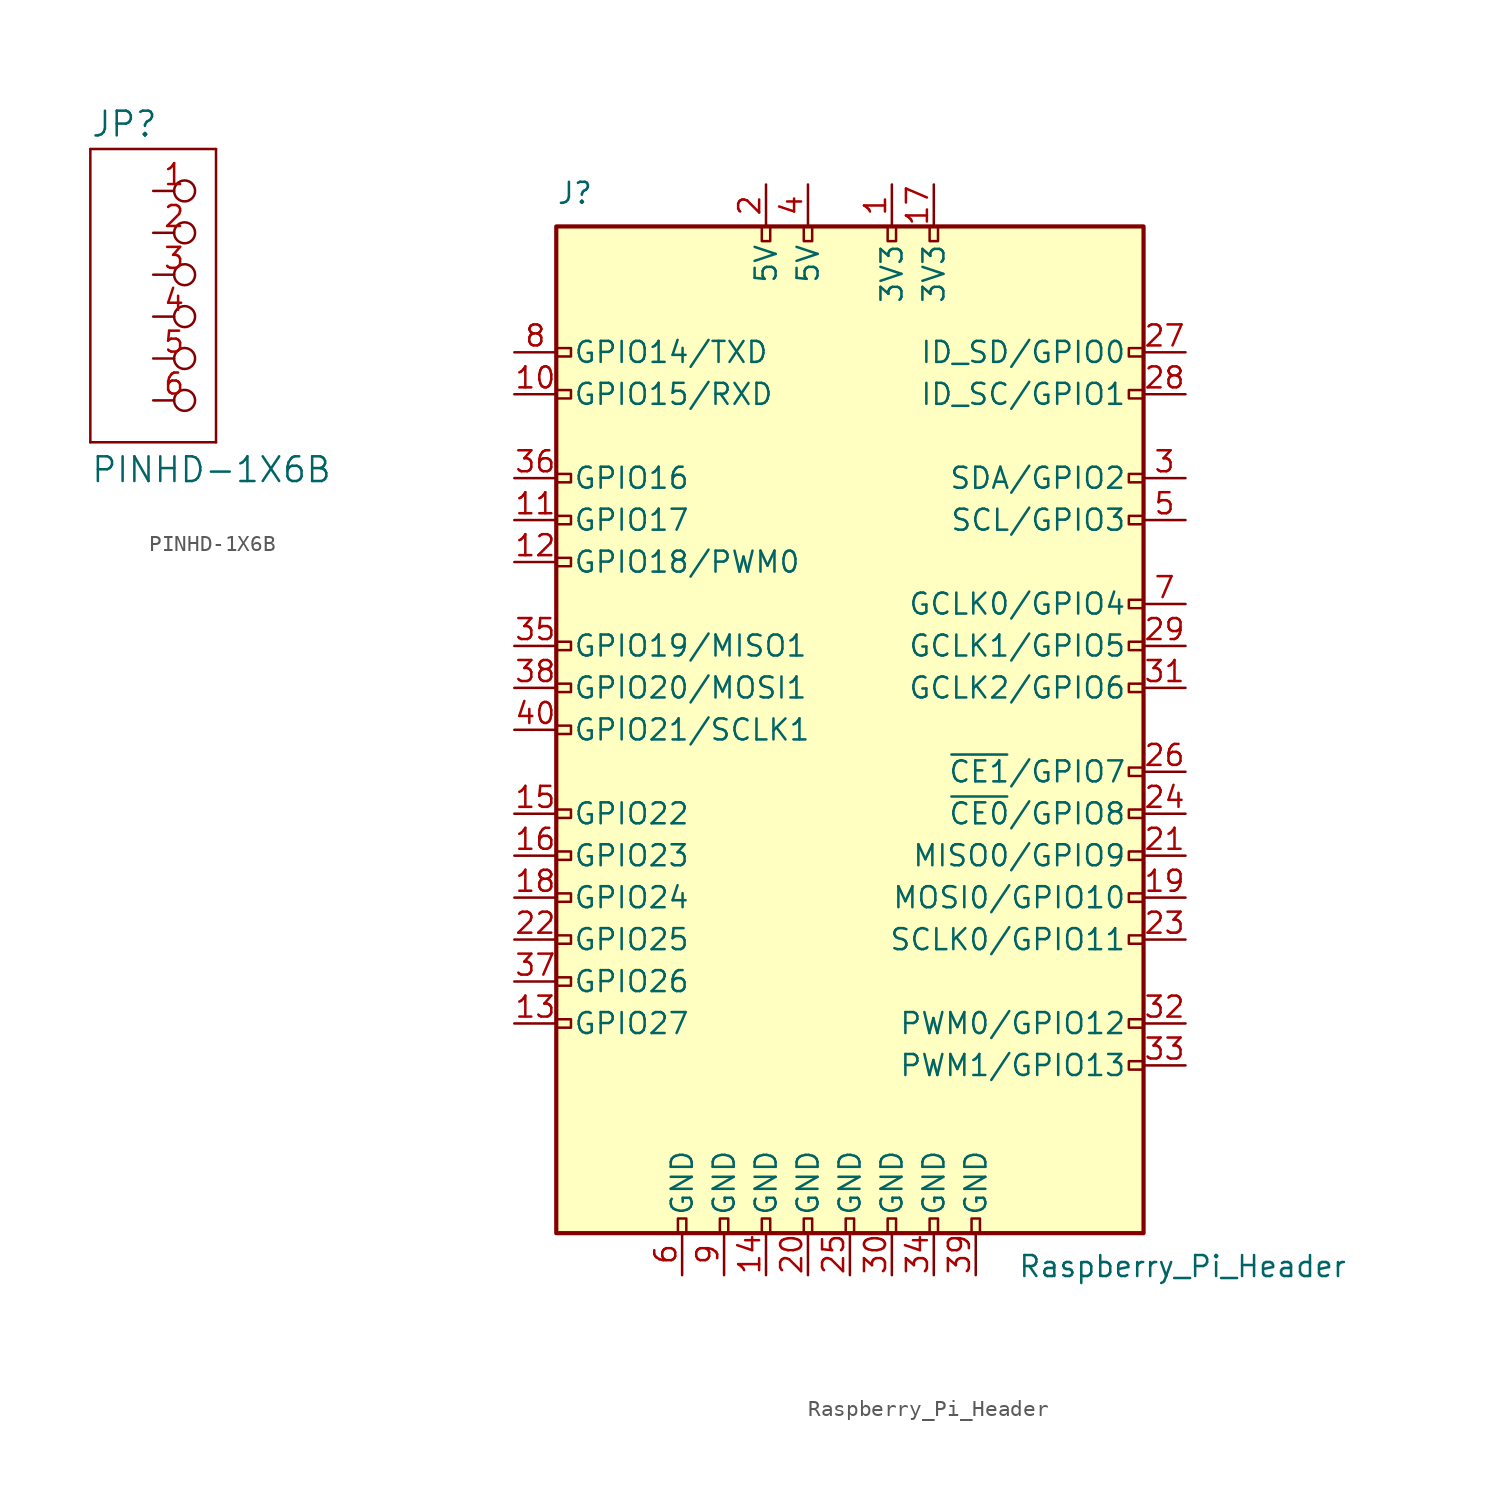
<source format=kicad_sym>
(kicad_symbol_lib
  (version 20220914)
  (generator kicad_symbol_editor)
  (symbol "PINHD-1X6B"
    (pin_names
      (offset 1.016))
    (property "Reference" "JP"
      (at -6.35 10.795 0)
      (effects (font (size 1.499 1.499)) (justify left bottom)))
    (property "Value" "PINHD-1X6B"
      (at -6.35 -10.16 0)
      (effects (font (size 1.499 1.499)) (justify left bottom)))
    (property "ki_locked" ""
      (at 0 0 0)
      (effects (font (size 1.27 1.27))))
    (symbol "PINHD-1X6B_1_0"
      (polyline (pts (xy -6.35 -7.62) (xy 1.27 -7.62)) (stroke (width 0) (type solid)) (fill (type none)))
      (polyline (pts (xy -6.35 10.16) (xy -6.35 -7.62)) (stroke (width 0) (type solid)) (fill (type none)))
      (polyline (pts (xy 1.27 -7.62) (xy 1.27 10.16)) (stroke (width 0) (type solid)) (fill (type none)))
      (polyline (pts (xy 1.27 10.16) (xy -6.35 10.16)) (stroke (width 0) (type solid)) (fill (type none)))
      (pin passive inverted (at -2.54 7.62 0) (length 2.54) (name "1" (effects (font (size 0 0)))) (number "1" (effects (font (size 1.27 1.27)))))
      (pin passive inverted (at -2.54 5.08 0) (length 2.54) (name "2" (effects (font (size 0 0)))) (number "2" (effects (font (size 1.27 1.27)))))
      (pin passive inverted (at -2.54 2.54 0) (length 2.54) (name "3" (effects (font (size 0 0)))) (number "3" (effects (font (size 1.27 1.27)))))
      (pin passive inverted (at -2.54 0 0) (length 2.54) (name "4" (effects (font (size 0 0)))) (number "4" (effects (font (size 1.27 1.27)))))
      (pin passive inverted (at -2.54 -2.54 0) (length 2.54) (name "5" (effects (font (size 0 0)))) (number "5" (effects (font (size 1.27 1.27)))))
      (pin passive inverted (at -2.54 -5.08 0) (length 2.54) (name "6" (effects (font (size 0 0)))) (number "6" (effects (font (size 1.27 1.27)))))))
  (symbol "Raspberry_Pi_Header"
    (pin_names
      (offset 1.016))
    (property "Reference" "J"
      (at -17.78 31.75 0)
      (effects (font (size 1.27 1.27)) (justify left bottom)))
    (property "Value" "Raspberry_Pi_Header"
      (at 10.16 -31.75 0)
      (effects (font (size 1.27 1.27)) (justify left top)))
    (symbol "Raspberry_Pi_Header_0_1"
      (rectangle (start -17.78 30.48) (end 17.78 -30.48) (stroke (width 0.254) (type default)) (fill (type background))))
    (symbol "Raspberry_Pi_Header_1_1"
      (rectangle (start -16.891 -17.526) (end -17.78 -18.034) (stroke (width 0) (type default)) (fill (type none)))
      (rectangle (start -16.891 -14.986) (end -17.78 -15.494) (stroke (width 0) (type default)) (fill (type none)))
      (rectangle (start -16.891 -12.446) (end -17.78 -12.954) (stroke (width 0) (type default)) (fill (type none)))
      (rectangle (start -16.891 -9.906) (end -17.78 -10.414) (stroke (width 0) (type default)) (fill (type none)))
      (rectangle (start -16.891 -7.366) (end -17.78 -7.874) (stroke (width 0) (type default)) (fill (type none)))
      (rectangle (start -16.891 -4.826) (end -17.78 -5.334) (stroke (width 0) (type default)) (fill (type none)))
      (rectangle (start -16.891 0.254) (end -17.78 -0.254) (stroke (width 0) (type default)) (fill (type none)))
      (rectangle (start -16.891 2.794) (end -17.78 2.286) (stroke (width 0) (type default)) (fill (type none)))
      (rectangle (start -16.891 5.334) (end -17.78 4.826) (stroke (width 0) (type default)) (fill (type none)))
      (rectangle (start -16.891 10.414) (end -17.78 9.906) (stroke (width 0) (type default)) (fill (type none)))
      (rectangle (start -16.891 12.954) (end -17.78 12.446) (stroke (width 0) (type default)) (fill (type none)))
      (rectangle (start -16.891 15.494) (end -17.78 14.986) (stroke (width 0) (type default)) (fill (type none)))
      (rectangle (start -16.891 20.574) (end -17.78 20.066) (stroke (width 0) (type default)) (fill (type none)))
      (rectangle (start -16.891 23.114) (end -17.78 22.606) (stroke (width 0) (type default)) (fill (type none)))
      (rectangle (start -10.414 -29.591) (end -9.906 -30.48) (stroke (width 0) (type default)) (fill (type none)))
      (rectangle (start -7.874 -29.591) (end -7.366 -30.48) (stroke (width 0) (type default)) (fill (type none)))
      (rectangle (start -5.334 -29.591) (end -4.826 -30.48) (stroke (width 0) (type default)) (fill (type none)))
      (rectangle (start -5.334 30.48) (end -4.826 29.591) (stroke (width 0) (type default)) (fill (type none)))
      (rectangle (start -2.794 -29.591) (end -2.286 -30.48) (stroke (width 0) (type default)) (fill (type none)))
      (rectangle (start -2.794 30.48) (end -2.286 29.591) (stroke (width 0) (type default)) (fill (type none)))
      (rectangle (start -0.254 -29.591) (end 0.254 -30.48) (stroke (width 0) (type default)) (fill (type none)))
      (rectangle (start 2.286 -29.591) (end 2.794 -30.48) (stroke (width 0) (type default)) (fill (type none)))
      (rectangle (start 2.286 30.48) (end 2.794 29.591) (stroke (width 0) (type default)) (fill (type none)))
      (rectangle (start 4.826 -29.591) (end 5.334 -30.48) (stroke (width 0) (type default)) (fill (type none)))
      (rectangle (start 4.826 30.48) (end 5.334 29.591) (stroke (width 0) (type default)) (fill (type none)))
      (rectangle (start 7.366 -29.591) (end 7.874 -30.48) (stroke (width 0) (type default)) (fill (type none)))
      (rectangle (start 17.78 -20.066) (end 16.891 -20.574) (stroke (width 0) (type default)) (fill (type none)))
      (rectangle (start 17.78 -17.526) (end 16.891 -18.034) (stroke (width 0) (type default)) (fill (type none)))
      (rectangle (start 17.78 -12.446) (end 16.891 -12.954) (stroke (width 0) (type default)) (fill (type none)))
      (rectangle (start 17.78 -9.906) (end 16.891 -10.414) (stroke (width 0) (type default)) (fill (type none)))
      (rectangle (start 17.78 -7.366) (end 16.891 -7.874) (stroke (width 0) (type default)) (fill (type none)))
      (rectangle (start 17.78 -4.826) (end 16.891 -5.334) (stroke (width 0) (type default)) (fill (type none)))
      (rectangle (start 17.78 -2.286) (end 16.891 -2.794) (stroke (width 0) (type default)) (fill (type none)))
      (rectangle (start 17.78 2.794) (end 16.891 2.286) (stroke (width 0) (type default)) (fill (type none)))
      (rectangle (start 17.78 5.334) (end 16.891 4.826) (stroke (width 0) (type default)) (fill (type none)))
      (rectangle (start 17.78 7.874) (end 16.891 7.366) (stroke (width 0) (type default)) (fill (type none)))
      (rectangle (start 17.78 12.954) (end 16.891 12.446) (stroke (width 0) (type default)) (fill (type none)))
      (rectangle (start 17.78 15.494) (end 16.891 14.986) (stroke (width 0) (type default)) (fill (type none)))
      (rectangle (start 17.78 20.574) (end 16.891 20.066) (stroke (width 0) (type default)) (fill (type none)))
      (rectangle (start 17.78 23.114) (end 16.891 22.606) (stroke (width 0) (type default)) (fill (type none)))
      (pin power_in line (at 2.54 33.02 270) (length 2.54) (name "3V3" (effects (font (size 1.27 1.27)))) (number "1" (effects (font (size 1.27 1.27)))))
      (pin bidirectional line (at -20.32 20.32 0) (length 2.54) (name "GPIO15/RXD" (effects (font (size 1.27 1.27)))) (number "10" (effects (font (size 1.27 1.27)))))
      (pin bidirectional line (at -20.32 12.7 0) (length 2.54) (name "GPIO17" (effects (font (size 1.27 1.27)))) (number "11" (effects (font (size 1.27 1.27)))))
      (pin bidirectional line (at -20.32 10.16 0) (length 2.54) (name "GPIO18/PWM0" (effects (font (size 1.27 1.27)))) (number "12" (effects (font (size 1.27 1.27)))))
      (pin bidirectional line (at -20.32 -17.78 0) (length 2.54) (name "GPIO27" (effects (font (size 1.27 1.27)))) (number "13" (effects (font (size 1.27 1.27)))))
      (pin power_in line (at -5.08 -33.02 90) (length 2.54) (name "GND" (effects (font (size 1.27 1.27)))) (number "14" (effects (font (size 1.27 1.27)))))
      (pin bidirectional line (at -20.32 -5.08 0) (length 2.54) (name "GPIO22" (effects (font (size 1.27 1.27)))) (number "15" (effects (font (size 1.27 1.27)))))
      (pin bidirectional line (at -20.32 -7.62 0) (length 2.54) (name "GPIO23" (effects (font (size 1.27 1.27)))) (number "16" (effects (font (size 1.27 1.27)))))
      (pin power_in line (at 5.08 33.02 270) (length 2.54) (name "3V3" (effects (font (size 1.27 1.27)))) (number "17" (effects (font (size 1.27 1.27)))))
      (pin bidirectional line (at -20.32 -10.16 0) (length 2.54) (name "GPIO24" (effects (font (size 1.27 1.27)))) (number "18" (effects (font (size 1.27 1.27)))))
      (pin bidirectional line (at 20.32 -10.16 180) (length 2.54) (name "MOSI0/GPIO10" (effects (font (size 1.27 1.27)))) (number "19" (effects (font (size 1.27 1.27)))))
      (pin power_in line (at -5.08 33.02 270) (length 2.54) (name "5V" (effects (font (size 1.27 1.27)))) (number "2" (effects (font (size 1.27 1.27)))))
      (pin power_in line (at -2.54 -33.02 90) (length 2.54) (name "GND" (effects (font (size 1.27 1.27)))) (number "20" (effects (font (size 1.27 1.27)))))
      (pin bidirectional line (at 20.32 -7.62 180) (length 2.54) (name "MISO0/GPIO9" (effects (font (size 1.27 1.27)))) (number "21" (effects (font (size 1.27 1.27)))))
      (pin bidirectional line (at -20.32 -12.7 0) (length 2.54) (name "GPIO25" (effects (font (size 1.27 1.27)))) (number "22" (effects (font (size 1.27 1.27)))))
      (pin bidirectional line (at 20.32 -12.7 180) (length 2.54) (name "SCLK0/GPIO11" (effects (font (size 1.27 1.27)))) (number "23" (effects (font (size 1.27 1.27)))))
      (pin bidirectional line (at 20.32 -5.08 180) (length 2.54) (name "~{CE0}/GPIO8" (effects (font (size 1.27 1.27)))) (number "24" (effects (font (size 1.27 1.27)))))
      (pin power_in line (at 0 -33.02 90) (length 2.54) (name "GND" (effects (font (size 1.27 1.27)))) (number "25" (effects (font (size 1.27 1.27)))))
      (pin bidirectional line (at 20.32 -2.54 180) (length 2.54) (name "~{CE1}/GPIO7" (effects (font (size 1.27 1.27)))) (number "26" (effects (font (size 1.27 1.27)))))
      (pin bidirectional line (at 20.32 22.86 180) (length 2.54) (name "ID_SD/GPIO0" (effects (font (size 1.27 1.27)))) (number "27" (effects (font (size 1.27 1.27)))))
      (pin bidirectional line (at 20.32 20.32 180) (length 2.54) (name "ID_SC/GPIO1" (effects (font (size 1.27 1.27)))) (number "28" (effects (font (size 1.27 1.27)))))
      (pin bidirectional line (at 20.32 5.08 180) (length 2.54) (name "GCLK1/GPIO5" (effects (font (size 1.27 1.27)))) (number "29" (effects (font (size 1.27 1.27)))))
      (pin bidirectional line (at 20.32 15.24 180) (length 2.54) (name "SDA/GPIO2" (effects (font (size 1.27 1.27)))) (number "3" (effects (font (size 1.27 1.27)))))
      (pin power_in line (at 2.54 -33.02 90) (length 2.54) (name "GND" (effects (font (size 1.27 1.27)))) (number "30" (effects (font (size 1.27 1.27)))))
      (pin bidirectional line (at 20.32 2.54 180) (length 2.54) (name "GCLK2/GPIO6" (effects (font (size 1.27 1.27)))) (number "31" (effects (font (size 1.27 1.27)))))
      (pin bidirectional line (at 20.32 -17.78 180) (length 2.54) (name "PWM0/GPIO12" (effects (font (size 1.27 1.27)))) (number "32" (effects (font (size 1.27 1.27)))))
      (pin bidirectional line (at 20.32 -20.32 180) (length 2.54) (name "PWM1/GPIO13" (effects (font (size 1.27 1.27)))) (number "33" (effects (font (size 1.27 1.27)))))
      (pin power_in line (at 5.08 -33.02 90) (length 2.54) (name "GND" (effects (font (size 1.27 1.27)))) (number "34" (effects (font (size 1.27 1.27)))))
      (pin bidirectional line (at -20.32 5.08 0) (length 2.54) (name "GPIO19/MISO1" (effects (font (size 1.27 1.27)))) (number "35" (effects (font (size 1.27 1.27)))))
      (pin bidirectional line (at -20.32 15.24 0) (length 2.54) (name "GPIO16" (effects (font (size 1.27 1.27)))) (number "36" (effects (font (size 1.27 1.27)))))
      (pin bidirectional line (at -20.32 -15.24 0) (length 2.54) (name "GPIO26" (effects (font (size 1.27 1.27)))) (number "37" (effects (font (size 1.27 1.27)))))
      (pin bidirectional line (at -20.32 2.54 0) (length 2.54) (name "GPIO20/MOSI1" (effects (font (size 1.27 1.27)))) (number "38" (effects (font (size 1.27 1.27)))))
      (pin power_in line (at 7.62 -33.02 90) (length 2.54) (name "GND" (effects (font (size 1.27 1.27)))) (number "39" (effects (font (size 1.27 1.27)))))
      (pin power_in line (at -2.54 33.02 270) (length 2.54) (name "5V" (effects (font (size 1.27 1.27)))) (number "4" (effects (font (size 1.27 1.27)))))
      (pin bidirectional line (at -20.32 0 0) (length 2.54) (name "GPIO21/SCLK1" (effects (font (size 1.27 1.27)))) (number "40" (effects (font (size 1.27 1.27)))))
      (pin bidirectional line (at 20.32 12.7 180) (length 2.54) (name "SCL/GPIO3" (effects (font (size 1.27 1.27)))) (number "5" (effects (font (size 1.27 1.27)))))
      (pin power_in line (at -10.16 -33.02 90) (length 2.54) (name "GND" (effects (font (size 1.27 1.27)))) (number "6" (effects (font (size 1.27 1.27)))))
      (pin bidirectional line (at 20.32 7.62 180) (length 2.54) (name "GCLK0/GPIO4" (effects (font (size 1.27 1.27)))) (number "7" (effects (font (size 1.27 1.27)))))
      (pin bidirectional line (at -20.32 22.86 0) (length 2.54) (name "GPIO14/TXD" (effects (font (size 1.27 1.27)))) (number "8" (effects (font (size 1.27 1.27)))))
      (pin power_in line (at -7.62 -33.02 90) (length 2.54) (name "GND" (effects (font (size 1.27 1.27)))) (number "9" (effects (font (size 1.27 1.27))))))))
</source>
